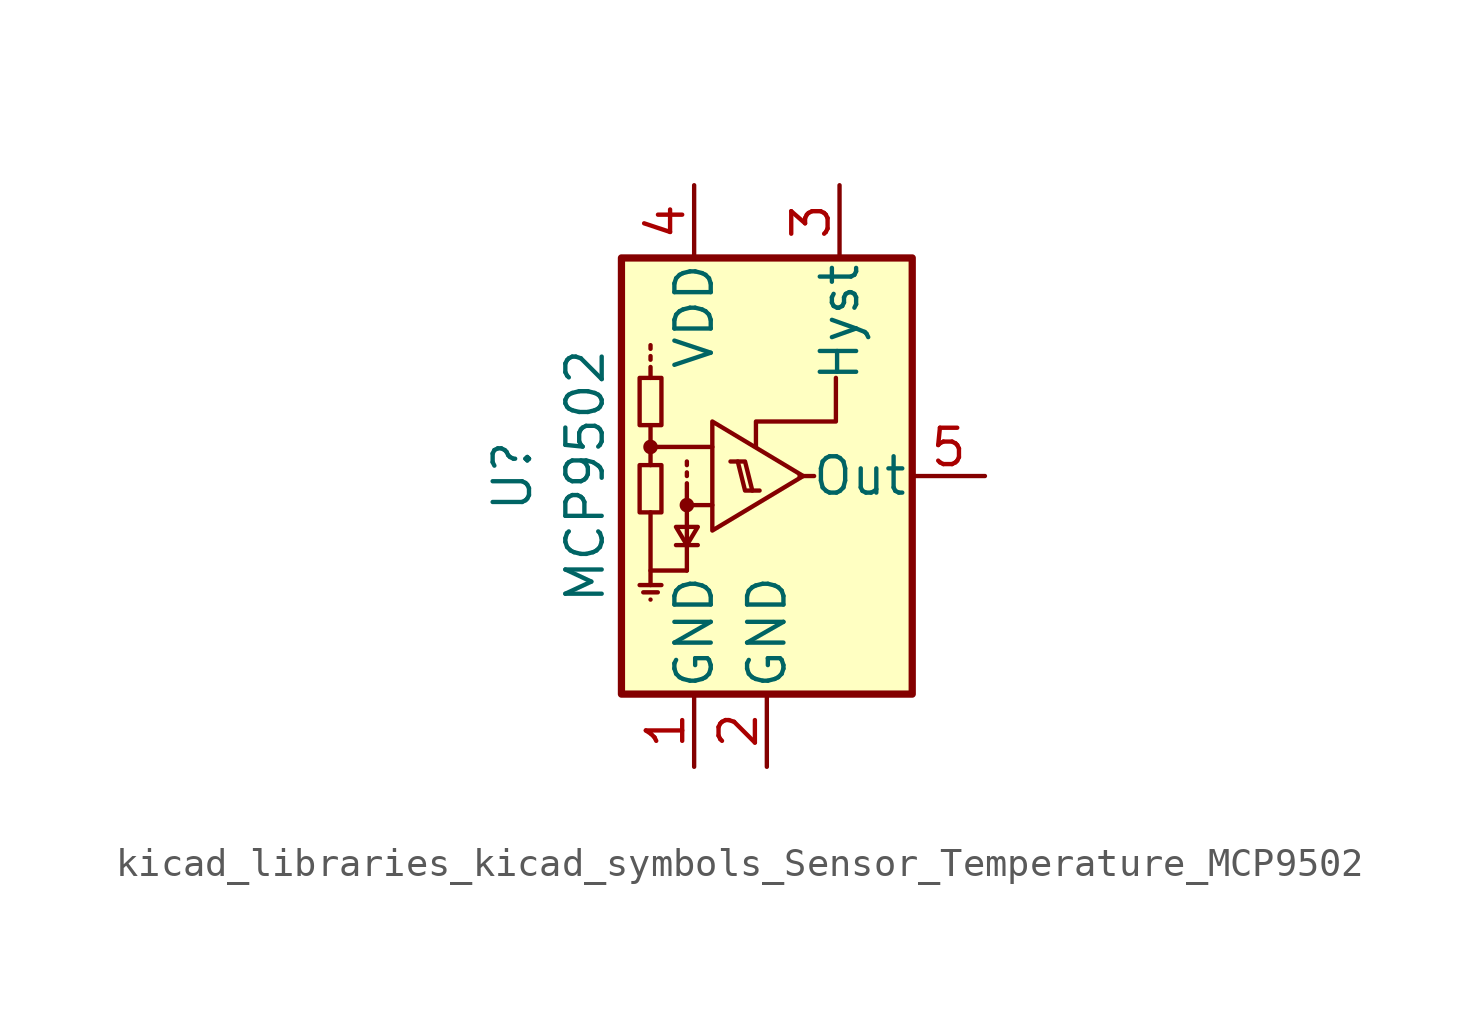
<source format=kicad_sym>
(kicad_symbol_lib
  (version 20220914)
  (generator kicad_symbol_editor)
  (symbol "kicad_libraries_kicad_symbols_Sensor_Temperature_MCP9502"
    (pin_names
      (offset 0.127))
    (property "Reference" "U"
      (at -6.35 0 90)
      (effects (font (size 1.27 1.27))))
    (property "Value" "MCP9502"
      (at -3.81 0 90)
      (effects (font (size 1.27 1.27))))
    (symbol "kicad_libraries_kicad_symbols_Sensor_Temperature_MCP9502_0_1"
      (rectangle (start -2.54 7.62) (end 7.62 -7.62) (stroke (width 0.254) (type default)) (fill (type background)))
      (rectangle (start -1.905 0.381) (end -1.143 -1.27) (stroke (width 0) (type default)) (fill (type none)))
      (rectangle (start -1.905 3.429) (end -1.143 1.778) (stroke (width 0) (type default)) (fill (type none)))
      (circle (center -1.524 1.016) (radius 0.178) (stroke (width 0) (type default)) (fill (type outline)))
      (circle (center -0.254 -1.016) (radius 0.178) (stroke (width 0) (type default)) (fill (type outline)))
      (polyline (pts (xy -1.905 -3.81) (xy -1.143 -3.81)) (stroke (width 0) (type default)) (fill (type none)))
      (polyline (pts (xy -1.778 -4.064) (xy -1.27 -4.064)) (stroke (width 0) (type default)) (fill (type none)))
      (polyline (pts (xy -1.524 -4.318) (xy -1.524 -4.318)) (stroke (width 0) (type default)) (fill (type none)))
      (polyline (pts (xy -1.524 -3.302) (xy -1.524 -3.81)) (stroke (width 0) (type default)) (fill (type none)))
      (polyline (pts (xy -1.524 1.016) (xy -1.524 0.381)) (stroke (width 0) (type default)) (fill (type none)))
      (polyline (pts (xy -1.524 3.429) (xy -1.524 3.81)) (stroke (width 0) (type default)) (fill (type none)))
      (polyline (pts (xy -1.524 4.064) (xy -1.524 4.191)) (stroke (width 0) (type default)) (fill (type none)))
      (polyline (pts (xy -1.524 4.445) (xy -1.524 4.572)) (stroke (width 0) (type default)) (fill (type none)))
      (polyline (pts (xy -0.635 -2.413) (xy 0.127 -2.413)) (stroke (width 0) (type default)) (fill (type none)))
      (polyline (pts (xy -0.254 0) (xy -0.254 0.127)) (stroke (width 0) (type default)) (fill (type none)))
      (polyline (pts (xy -0.254 0.381) (xy -0.254 0.508)) (stroke (width 0) (type default)) (fill (type none)))
      (polyline (pts (xy 3.683 0) (xy 4.191 0)) (stroke (width 0) (type default)) (fill (type none)))
      (polyline (pts (xy -1.524 -1.27) (xy -1.524 -3.302) (xy -0.254 -3.302)) (stroke (width 0) (type default)) (fill (type none)))
      (polyline (pts (xy -0.254 -1.016) (xy -0.254 -0.381) (xy -0.254 -0.254)) (stroke (width 0) (type default)) (fill (type none)))
      (polyline (pts (xy 0.635 -1.016) (xy -0.254 -1.016) (xy -0.254 -3.302)) (stroke (width 0) (type default)) (fill (type none)))
      (polyline (pts (xy 0.635 1.016) (xy -1.524 1.016) (xy -1.524 1.778)) (stroke (width 0) (type default)) (fill (type none)))
      (polyline (pts (xy 1.524 0.508) (xy 1.778 -0.508) (xy 2.032 -0.508)) (stroke (width 0) (type default)) (fill (type none)))
      (polyline (pts (xy 0.127 -1.778) (xy -0.635 -1.778) (xy -0.254 -2.413) (xy 0.127 -1.778)) (stroke (width 0) (type default)) (fill (type none)))
      (polyline (pts (xy 1.27 0.508) (xy 1.778 0.508) (xy 2.032 -0.508) (xy 2.286 -0.508)) (stroke (width 0) (type default)) (fill (type none)))
      (polyline (pts (xy 3.81 0) (xy 0.635 1.905) (xy 0.635 -1.905) (xy 3.81 0)) (stroke (width 0) (type default)) (fill (type none)))
      (polyline (pts (xy 4.953 3.429) (xy 4.953 1.905) (xy 2.159 1.905) (xy 2.159 1.016)) (stroke (width 0) (type default)) (fill (type none))))
    (symbol "kicad_libraries_kicad_symbols_Sensor_Temperature_MCP9502_1_1"
      (pin power_in line (at 0 -10.16 90) (length 2.54) (name "GND" (effects (font (size 1.27 1.27)))) (number "1" (effects (font (size 1.27 1.27)))))
      (pin power_in line (at 2.54 -10.16 90) (length 2.54) (name "GND" (effects (font (size 1.27 1.27)))) (number "2" (effects (font (size 1.27 1.27)))))
      (pin input line (at 5.08 10.16 270) (length 2.54) (name "Hyst" (effects (font (size 1.27 1.27)))) (number "3" (effects (font (size 1.27 1.27)))))
      (pin power_in line (at 0 10.16 270) (length 2.54) (name "VDD" (effects (font (size 1.27 1.27)))) (number "4" (effects (font (size 1.27 1.27)))))
      (pin output line (at 10.16 0 180) (length 2.54) (name "Out" (effects (font (size 1.27 1.27)))) (number "5" (effects (font (size 1.27 1.27))))))))
</source>
